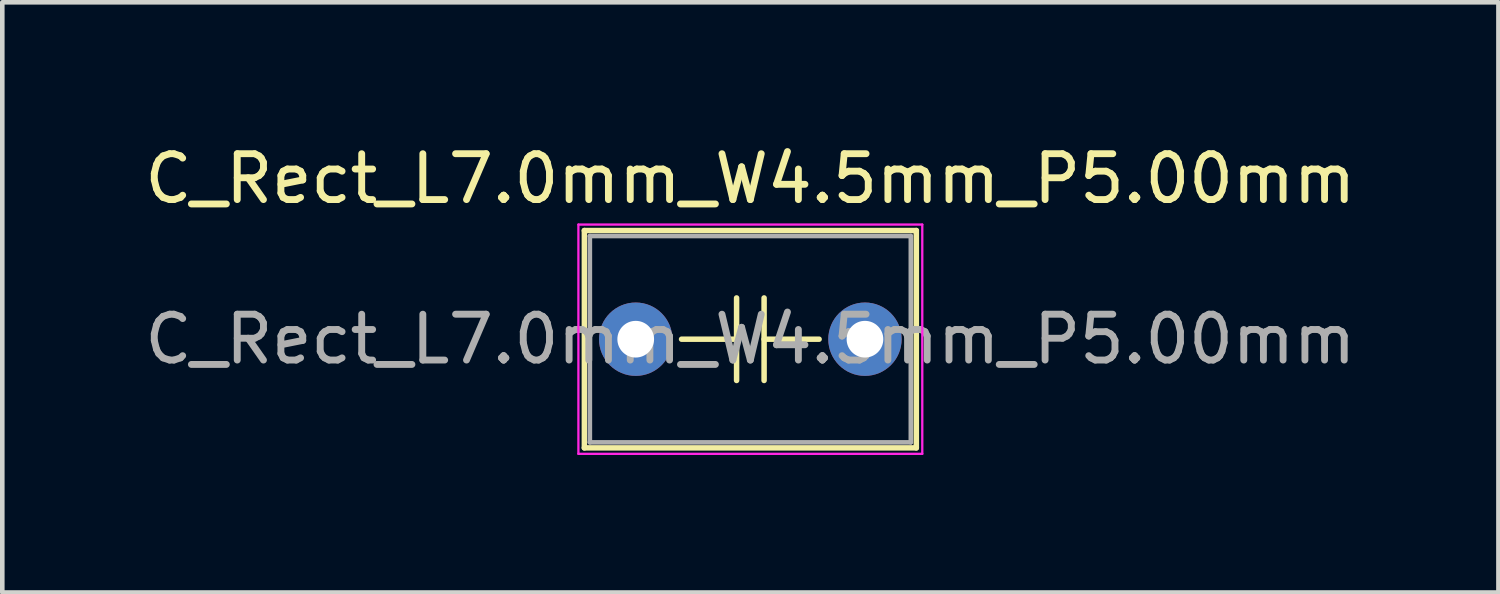
<source format=kicad_pcb>
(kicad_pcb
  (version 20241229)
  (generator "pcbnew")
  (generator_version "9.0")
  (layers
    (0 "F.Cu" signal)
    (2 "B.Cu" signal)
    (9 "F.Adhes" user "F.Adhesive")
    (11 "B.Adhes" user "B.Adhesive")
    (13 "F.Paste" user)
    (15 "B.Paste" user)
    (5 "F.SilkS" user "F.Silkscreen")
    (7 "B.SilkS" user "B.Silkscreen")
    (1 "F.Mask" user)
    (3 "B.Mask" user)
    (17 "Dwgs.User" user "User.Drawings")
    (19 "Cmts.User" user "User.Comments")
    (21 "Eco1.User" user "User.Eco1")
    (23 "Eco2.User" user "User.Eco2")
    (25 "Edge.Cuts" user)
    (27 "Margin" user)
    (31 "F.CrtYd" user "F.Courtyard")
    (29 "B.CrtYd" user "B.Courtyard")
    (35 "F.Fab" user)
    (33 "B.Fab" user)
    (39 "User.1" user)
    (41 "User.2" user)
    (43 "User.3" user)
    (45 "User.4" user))
  (footprint "C_Rect_L7.0mm_W4.5mm_P5.00mm"
    (layer "F.Cu")
    (at 10.815 4.348)
    (property "Reference" "C_Rect_L7.0mm_W4.5mm_P5.00mm" (at 2.5 -3.5 0) (layer "F.SilkS") (effects (font (size 1 1) (thickness 0.15))))
    (attr through_hole)
    (fp_line (start -1.12 -2.37) (end -1.12 2.37) (stroke (width 0.12) (type solid)) (layer "F.SilkS"))
    (fp_line (start -1.12 -2.37) (end 6.12 -2.37) (stroke (width 0.12) (type solid)) (layer "F.SilkS"))
    (fp_line (start -1.12 2.37) (end 6.12 2.37) (stroke (width 0.12) (type solid)) (layer "F.SilkS"))
    (fp_line (start 1 0) (end 2.2 0) (stroke (width 0.12) (type solid)) (layer "F.SilkS"))
    (fp_line (start 2.2 -0.9) (end 2.2 0.9) (stroke (width 0.12) (type solid)) (layer "F.SilkS"))
    (fp_line (start 2.8 -0.9) (end 2.8 0.9) (stroke (width 0.12) (type solid)) (layer "F.SilkS"))
    (fp_line (start 4 0) (end 2.8 0) (stroke (width 0.12) (type solid)) (layer "F.SilkS"))
    (fp_line (start 6.12 -2.37) (end 6.12 2.37) (stroke (width 0.12) (type solid)) (layer "F.SilkS"))
    (fp_line (start -1.25 -2.5) (end -1.25 2.5) (stroke (width 0.05) (type solid)) (layer "F.CrtYd"))
    (fp_line (start -1.25 2.5) (end 6.25 2.5) (stroke (width 0.05) (type solid)) (layer "F.CrtYd"))
    (fp_line (start 6.25 -2.5) (end -1.25 -2.5) (stroke (width 0.05) (type solid)) (layer "F.CrtYd"))
    (fp_line (start 6.25 2.5) (end 6.25 -2.5) (stroke (width 0.05) (type solid)) (layer "F.CrtYd"))
    (fp_line (start -1 -2.25) (end -1 2.25) (stroke (width 0.1) (type solid)) (layer "F.Fab"))
    (fp_line (start -1 2.25) (end 6 2.25) (stroke (width 0.1) (type solid)) (layer "F.Fab"))
    (fp_line (start 6 -2.25) (end -1 -2.25) (stroke (width 0.1) (type solid)) (layer "F.Fab"))
    (fp_line (start 6 2.25) (end 6 -2.25) (stroke (width 0.1) (type solid)) (layer "F.Fab"))
    (fp_text user "${REFERENCE}" (at 2.5 0 0) (layer "F.Fab") (effects (font (size 1 1) (thickness 0.15))))
    (pad "1" thru_hole circle (at 0 0) (size 1.6 1.6) (drill 0.8) (layers "*.Cu" "*.Mask"))
    (pad "2" thru_hole circle (at 5 0) (size 1.6 1.6) (drill 0.8) (layers "*.Cu" "*.Mask")))
  (gr_rect
    (start -3 -3)
    (end 29.631 9.873)
    (stroke (width 0.1) (type default))
    (fill no)
    (layer "Edge.Cuts")))
</source>
